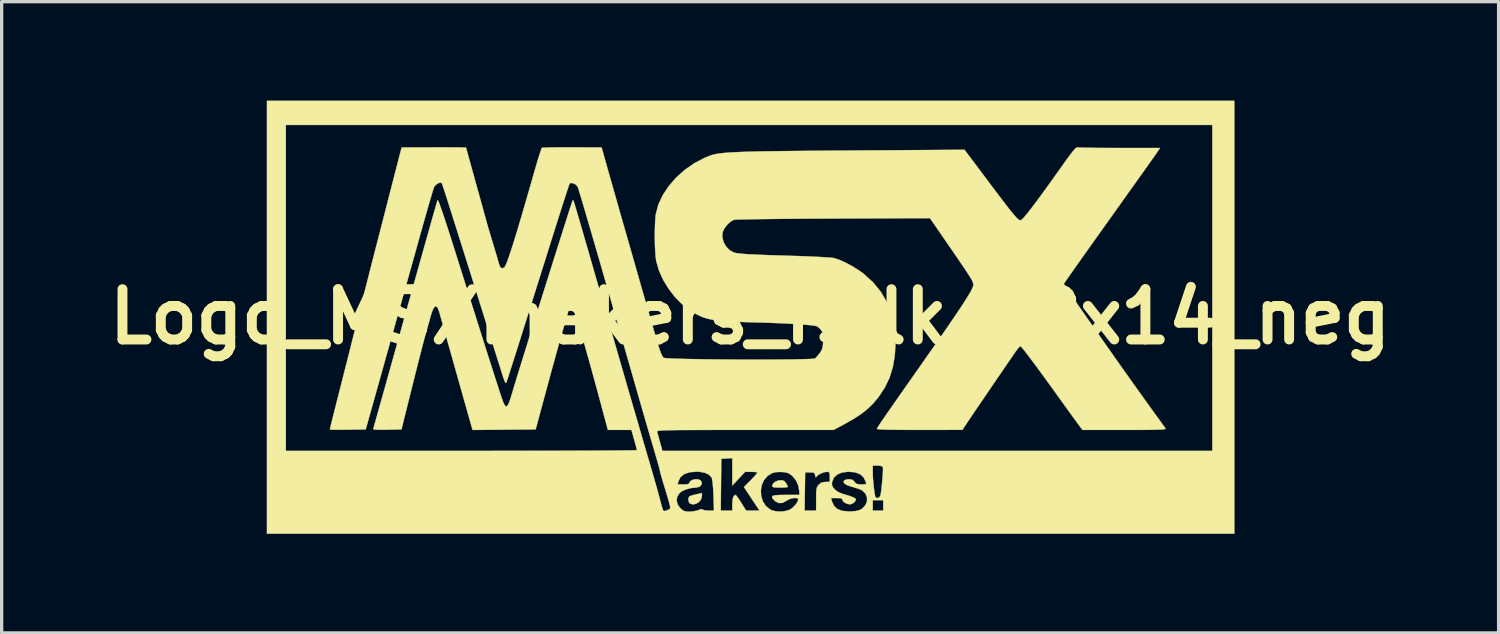
<source format=kicad_pcb>
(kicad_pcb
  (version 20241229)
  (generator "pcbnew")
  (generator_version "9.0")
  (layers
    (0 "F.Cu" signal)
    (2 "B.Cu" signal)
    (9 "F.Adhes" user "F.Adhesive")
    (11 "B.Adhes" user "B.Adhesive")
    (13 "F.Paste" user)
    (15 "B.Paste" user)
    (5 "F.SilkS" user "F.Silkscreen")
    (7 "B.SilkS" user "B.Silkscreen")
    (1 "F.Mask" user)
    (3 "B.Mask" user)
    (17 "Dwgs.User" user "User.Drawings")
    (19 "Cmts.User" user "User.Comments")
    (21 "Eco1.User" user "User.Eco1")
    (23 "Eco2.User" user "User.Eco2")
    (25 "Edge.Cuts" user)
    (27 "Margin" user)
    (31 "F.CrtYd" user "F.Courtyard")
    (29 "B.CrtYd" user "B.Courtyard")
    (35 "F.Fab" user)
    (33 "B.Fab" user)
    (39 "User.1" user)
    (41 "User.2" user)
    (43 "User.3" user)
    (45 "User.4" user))
  (footprint "Logo_MSXmakers_fsilk_29x14_neg"
    (layer "F.Cu")
    (at 19.674 6.545)
    (property "Reference" "Logo_MSXmakers_fsilk_29x14_neg" (at 0 0 0) (layer "F.SilkS") (effects (font (size 1.524 1.524) (thickness 0.3))))
    (attr through_hole)
    (fp_poly (pts (xy -1.46 5.434) (xy -1.485 5.531) (xy -1.549 5.611) (xy -1.636 5.666) (xy -1.729 5.686) (xy -1.813 5.663) (xy -1.835 5.645) (xy -1.867 5.582) (xy -1.87 5.505) (xy -1.843 5.447) (xy -1.836 5.441) (xy -1.785 5.421) (xy -1.696 5.395) (xy -1.629 5.379) (xy -1.46 5.34) (xy -1.46 5.434)) (stroke (width 0.01) (type solid)) (fill yes) (layer "F.SilkS"))
    (fp_poly (pts (xy 1.035 4.977) (xy 1.074 5.021) (xy 1.116 5.088) (xy 1.141 5.146) (xy 1.143 5.157) (xy 1.114 5.166) (xy 1.037 5.172) (xy 0.927 5.175) (xy 0.905 5.175) (xy 0.779 5.173) (xy 0.706 5.164) (xy 0.672 5.146) (xy 0.667 5.128) (xy 0.695 5.055) (xy 0.767 4.996) (xy 0.862 4.959) (xy 0.961 4.952) (xy 1.035 4.977)) (stroke (width 0.01) (type solid)) (fill yes) (layer "F.SilkS"))
    (fp_poly (pts (xy 14.668 6.572) (xy -14.637 6.572) (xy -14.637 -5.81) (xy -14.065 -5.81) (xy -14.065 4.064) (xy -8.747 4.064) (xy -8.171 4.064) (xy -7.613 4.063) (xy -7.075 4.063) (xy -6.561 4.062) (xy -6.074 4.061) (xy -5.618 4.06) (xy -5.196 4.058) (xy -4.811 4.057) (xy -4.466 4.055) (xy -4.165 4.053) (xy -3.911 4.051) (xy -3.707 4.049) (xy -3.556 4.046) (xy -3.463 4.044) (xy -3.429 4.042) (xy -3.429 4.041) (xy -3.437 4.003) (xy -3.459 3.918) (xy -3.491 3.801) (xy -3.513 3.724) (xy -3.596 3.429) (xy -4.309 3.429) (xy -4.571 2.453) (xy -4.659 2.128) (xy -4.752 1.789) (xy -4.847 1.445) (xy -4.942 1.107) (xy -5.033 0.784) (xy -5.118 0.486) (xy -5.194 0.223) (xy -5.259 0.005) (xy -5.294 -0.111) (xy -5.333 -0.222) (xy -5.369 -0.282) (xy -5.408 -0.301) (xy -5.413 -0.302) (xy -5.468 -0.274) (xy -5.497 -0.206) (xy -5.514 -0.142) (xy -5.545 -0.031) (xy -5.587 0.113) (xy -5.635 0.277) (xy -5.652 0.333) (xy -5.69 0.463) (xy -5.742 0.644) (xy -5.804 0.867) (xy -5.876 1.124) (xy -5.953 1.405) (xy -6.034 1.699) (xy -6.115 1.999) (xy -6.141 2.095) (xy -6.497 3.413) (xy -8.409 3.43) (xy -8.456 3.263) (xy -8.478 3.185) (xy -8.515 3.055) (xy -8.564 2.881) (xy -8.624 2.669) (xy -8.692 2.428) (xy -8.767 2.163) (xy -8.846 1.884) (xy -8.927 1.596) (xy -9.008 1.307) (xy -9.088 1.025) (xy -9.164 0.757) (xy -9.233 0.509) (xy -9.295 0.29) (xy -9.347 0.106) (xy -9.387 -0.035) (xy -9.412 -0.126) (xy -9.419 -0.151) (xy -9.462 -0.265) (xy -9.508 -0.315) (xy -9.557 -0.304) (xy -9.606 -0.23) (xy -9.656 -0.095) (xy -9.665 -0.062) (xy -9.694 0.042) (xy -9.734 0.185) (xy -9.78 0.347) (xy -9.813 0.46) (xy -9.843 0.568) (xy -9.886 0.729) (xy -9.939 0.934) (xy -10.001 1.174) (xy -10.069 1.441) (xy -10.141 1.724) (xy -10.214 2.017) (xy -10.238 2.111) (xy -10.562 3.413) (xy -10.995 3.422) (xy -11.174 3.424) (xy -11.298 3.423) (xy -11.374 3.417) (xy -11.41 3.405) (xy -11.415 3.39) (xy -11.404 3.355) (xy -11.378 3.262) (xy -11.337 3.116) (xy -11.282 2.921) (xy -11.215 2.68) (xy -11.135 2.398) (xy -11.046 2.079) (xy -10.947 1.725) (xy -10.84 1.342) (xy -10.726 0.934) (xy -10.605 0.503) (xy -10.48 0.055) (xy -10.447 -0.064) (xy -10.32 -0.516) (xy -10.198 -0.952) (xy -10.082 -1.368) (xy -9.972 -1.759) (xy -9.87 -2.122) (xy -9.777 -2.452) (xy -9.694 -2.746) (xy -9.623 -2.999) (xy -9.563 -3.208) (xy -9.517 -3.369) (xy -9.486 -3.478) (xy -9.47 -3.53) (xy -9.469 -3.534) (xy -9.455 -3.522) (xy -9.426 -3.458) (xy -9.382 -3.339) (xy -9.321 -3.164) (xy -9.244 -2.934) (xy -9.15 -2.646) (xy -9.039 -2.299) (xy -8.91 -1.893) (xy -8.892 -1.835) (xy -8.72 -1.289) (xy -8.555 -0.765) (xy -8.397 -0.267) (xy -8.249 0.202) (xy -8.111 0.638) (xy -7.984 1.038) (xy -7.869 1.397) (xy -7.769 1.712) (xy -7.682 1.981) (xy -7.612 2.198) (xy -7.559 2.361) (xy -7.531 2.445) (xy -7.48 2.586) (xy -7.437 2.678) (xy -7.398 2.718) (xy -7.359 2.705) (xy -7.318 2.637) (xy -7.27 2.511) (xy -7.213 2.326) (xy -7.192 2.254) (xy -7.166 2.165) (xy -7.123 2.025) (xy -7.067 1.84) (xy -6.997 1.614) (xy -6.916 1.354) (xy -6.826 1.064) (xy -6.728 0.749) (xy -6.623 0.414) (xy -6.513 0.065) (xy -6.401 -0.295) (xy -6.287 -0.658) (xy -6.173 -1.021) (xy -6.06 -1.379) (xy -5.951 -1.725) (xy -5.846 -2.056) (xy -5.748 -2.366) (xy -5.659 -2.65) (xy -5.578 -2.902) (xy -5.509 -3.119) (xy -5.453 -3.294) (xy -5.411 -3.423) (xy -5.385 -3.5) (xy -5.377 -3.522) (xy -5.353 -3.522) (xy -5.342 -3.489) (xy -5.315 -3.402) (xy -5.274 -3.264) (xy -5.22 -3.082) (xy -5.156 -2.861) (xy -5.081 -2.606) (xy -5 -2.323) (xy -4.911 -2.018) (xy -4.847 -1.794) (xy -4.615 -0.988) (xy -4.399 -0.24) (xy -4.2 0.452) (xy -4.016 1.09) (xy -3.846 1.678) (xy -3.69 2.217) (xy -3.547 2.71) (xy -3.416 3.159) (xy -3.297 3.568) (xy -3.189 3.939) (xy -3.091 4.274) (xy -3.077 4.318) (xy -3.01 4.549) (xy -2.944 4.777) (xy -2.883 4.989) (xy -2.83 5.173) (xy -2.79 5.317) (xy -2.773 5.382) (xy -2.722 5.572) (xy -2.686 5.71) (xy -2.659 5.803) (xy -2.637 5.858) (xy -2.616 5.884) (xy -2.593 5.888) (xy -2.563 5.879) (xy -2.521 5.865) (xy -2.521 5.865) (xy -2.448 5.837) (xy -2.421 5.801) (xy -2.426 5.738) (xy -2.427 5.732) (xy -2.442 5.667) (xy -2.467 5.578) (xy -2.227 5.578) (xy -2.185 5.706) (xy -2.115 5.798) (xy -2.039 5.864) (xy -1.969 5.896) (xy -1.873 5.905) (xy -1.844 5.905) (xy -1.721 5.895) (xy -1.602 5.87) (xy -1.563 5.856) (xy -1.476 5.829) (xy -1.436 5.837) (xy -1.435 5.841) (xy -1.399 5.859) (xy -1.321 5.871) (xy -1.259 5.874) (xy -1.095 5.874) (xy -1.095 5.874) (xy -0.89 5.874) (xy -0.54 5.874) (xy -0.54 5.674) (xy -0.529 5.524) (xy -0.497 5.432) (xy -0.445 5.398) (xy -0.44 5.397) (xy -0.414 5.423) (xy -0.365 5.49) (xy -0.3 5.587) (xy -0.269 5.636) (xy -0.12 5.874) (xy 0.285 5.874) (xy 0.049 5.517) (xy -0.12 5.261) (xy 0.325 5.261) (xy 0.335 5.431) (xy 0.385 5.591) (xy 0.474 5.73) (xy 0.604 5.837) (xy 0.651 5.861) (xy 0.791 5.897) (xy 0.955 5.902) (xy 1.115 5.877) (xy 1.122 5.874) (xy 1.65 5.874) (xy 2 5.874) (xy 2 5.526) (xy 2 5.493) (xy 2.449 5.493) (xy 2.478 5.592) (xy 2.54 5.728) (xy 2.64 5.823) (xy 2.782 5.879) (xy 2.972 5.899) (xy 3.048 5.898) (xy 3.189 5.888) (xy 3.287 5.869) (xy 3.363 5.834) (xy 3.389 5.817) (xy 3.491 5.712) (xy 3.541 5.59) (xy 3.54 5.556) (xy 3.715 5.556) (xy 3.715 5.874) (xy 4.032 5.874) (xy 4.032 5.556) (xy 3.715 5.556) (xy 3.54 5.556) (xy 3.54 5.465) (xy 3.49 5.351) (xy 3.393 5.26) (xy 3.321 5.225) (xy 3.207 5.187) (xy 3.076 5.148) (xy 3.036 5.137) (xy 2.915 5.092) (xy 2.847 5.04) (xy 2.83 4.989) (xy 2.867 4.947) (xy 2.959 4.924) (xy 3.008 4.922) (xy 3.101 4.941) (xy 3.162 5.001) (xy 3.205 5.05) (xy 3.264 5.074) (xy 3.36 5.08) (xy 3.371 5.08) (xy 3.464 5.078) (xy 3.507 5.067) (xy 3.515 5.039) (xy 3.507 5.009) (xy 3.439 4.867) (xy 3.33 4.769) (xy 3.176 4.712) (xy 2.98 4.695) (xy 2.788 4.717) (xy 2.639 4.779) (xy 2.535 4.877) (xy 2.483 5.009) (xy 2.477 5.081) (xy 2.505 5.163) (xy 2.578 5.246) (xy 2.682 5.318) (xy 2.797 5.364) (xy 2.954 5.409) (xy 3.082 5.454) (xy 3.169 5.495) (xy 3.206 5.529) (xy 3.207 5.533) (xy 3.179 5.597) (xy 3.114 5.654) (xy 3.033 5.682) (xy 3.018 5.683) (xy 2.929 5.665) (xy 2.849 5.621) (xy 2.8 5.564) (xy 2.794 5.539) (xy 2.776 5.51) (xy 2.716 5.496) (xy 2.622 5.493) (xy 2.449 5.493) (xy 2 5.493) (xy 2.001 5.37) (xy 2.006 5.264) (xy 2.018 5.193) (xy 2.037 5.143) (xy 2.068 5.1) (xy 2.073 5.094) (xy 2.146 5.032) (xy 2.239 5.008) (xy 2.28 5.005) (xy 2.413 5.002) (xy 2.413 4.85) (xy 2.411 4.759) (xy 2.397 4.715) (xy 2.36 4.7) (xy 2.314 4.699) (xy 2.229 4.714) (xy 2.134 4.752) (xy 2.052 4.801) (xy 2.002 4.851) (xy 1.996 4.868) (xy 1.989 4.868) (xy 1.974 4.819) (xy 1.972 4.81) (xy 1.954 4.751) (xy 1.92 4.723) (xy 1.851 4.715) (xy 1.809 4.715) (xy 1.667 4.715) (xy 1.658 5.294) (xy 1.65 5.874) (xy 1.122 5.874) (xy 1.205 5.843) (xy 1.293 5.781) (xy 1.376 5.695) (xy 1.437 5.604) (xy 1.46 5.529) (xy 1.434 5.498) (xy 1.368 5.489) (xy 1.279 5.499) (xy 1.188 5.526) (xy 1.111 5.567) (xy 1.105 5.572) (xy 0.988 5.638) (xy 0.871 5.645) (xy 0.764 5.591) (xy 0.745 5.574) (xy 0.685 5.509) (xy 0.661 5.462) (xy 0.677 5.43) (xy 0.738 5.411) (xy 0.851 5.401) (xy 1.02 5.398) (xy 1.079 5.397) (xy 1.492 5.397) (xy 1.492 5.31) (xy 1.465 5.128) (xy 1.391 4.959) (xy 1.279 4.821) (xy 1.173 4.745) (xy 1.067 4.713) (xy 0.929 4.701) (xy 0.788 4.707) (xy 0.677 4.733) (xy 0.531 4.819) (xy 0.423 4.943) (xy 0.355 5.095) (xy 0.325 5.261) (xy -0.12 5.261) (xy -0.187 5.159) (xy 0.018 4.952) (xy 0.107 4.859) (xy 0.177 4.782) (xy 0.217 4.733) (xy 0.222 4.722) (xy 0.193 4.71) (xy 0.119 4.701) (xy 0.035 4.699) (xy -0.151 4.699) (xy -0.346 4.907) (xy -0.54 5.114) (xy -0.54 4.508) (xy 3.715 4.508) (xy 3.715 4.728) (xy 3.718 4.846) (xy 3.728 4.987) (xy 3.743 5.134) (xy 3.759 5.272) (xy 3.777 5.385) (xy 3.793 5.456) (xy 3.799 5.468) (xy 3.845 5.495) (xy 3.902 5.48) (xy 3.943 5.433) (xy 3.947 5.421) (xy 3.962 5.339) (xy 3.978 5.218) (xy 3.993 5.076) (xy 4.007 4.926) (xy 4.018 4.784) (xy 4.024 4.665) (xy 4.025 4.584) (xy 4.022 4.559) (xy 3.984 4.524) (xy 3.899 4.509) (xy 3.859 4.508) (xy 3.715 4.508) (xy -0.54 4.508) (xy -0.54 4.283) (xy -0.706 4.293) (xy -0.873 4.302) (xy -0.882 5.088) (xy -0.89 5.874) (xy -1.095 5.874) (xy -1.111 5.405) (xy -1.122 5.184) (xy -1.137 5.016) (xy -1.155 4.905) (xy -1.17 4.863) (xy -1.248 4.784) (xy -1.376 4.726) (xy -1.539 4.696) (xy -1.624 4.693) (xy -1.836 4.712) (xy -2 4.769) (xy -2.114 4.863) (xy -2.176 4.993) (xy -2.198 5.08) (xy -2.02 5.08) (xy -1.912 5.076) (xy -1.857 5.061) (xy -1.841 5.033) (xy -1.814 4.98) (xy -1.744 4.942) (xy -1.655 4.922) (xy -1.566 4.927) (xy -1.499 4.959) (xy -1.499 4.959) (xy -1.462 5.029) (xy -1.478 5.098) (xy -1.539 5.151) (xy -1.633 5.175) (xy -1.647 5.175) (xy -1.792 5.19) (xy -1.94 5.23) (xy -2.067 5.286) (xy -2.134 5.336) (xy -2.21 5.451) (xy -2.227 5.578) (xy -2.467 5.578) (xy -2.473 5.556) (xy -2.516 5.411) (xy -2.566 5.246) (xy -2.588 5.175) (xy -2.638 5.012) (xy -2.68 4.869) (xy -2.711 4.758) (xy -2.728 4.69) (xy -2.731 4.676) (xy -2.739 4.634) (xy -2.763 4.542) (xy -2.8 4.409) (xy -2.847 4.245) (xy -2.901 4.06) (xy -2.907 4.04) (xy -2.959 3.865) (xy -3.025 3.641) (xy -3.101 3.38) (xy -3.184 3.094) (xy -3.27 2.797) (xy -3.355 2.499) (xy -3.412 2.302) (xy -3.644 1.492) (xy -3.86 0.742) (xy -4.058 0.052) (xy -4.24 -0.58) (xy -4.406 -1.155) (xy -4.555 -1.673) (xy -4.689 -2.135) (xy -4.808 -2.543) (xy -4.911 -2.896) (xy -4.999 -3.197) (xy -5.072 -3.445) (xy -5.131 -3.643) (xy -5.176 -3.79) (xy -5.206 -3.887) (xy -5.224 -3.936) (xy -5.226 -3.941) (xy -5.277 -3.999) (xy -5.352 -4.04) (xy -5.425 -4.053) (xy -5.466 -4.038) (xy -5.48 -4.004) (xy -5.51 -3.916) (xy -5.556 -3.778) (xy -5.615 -3.596) (xy -5.686 -3.375) (xy -5.767 -3.122) (xy -5.856 -2.841) (xy -5.952 -2.538) (xy -6.016 -2.334) (xy -6.205 -1.733) (xy -6.376 -1.189) (xy -6.53 -0.701) (xy -6.667 -0.264) (xy -6.789 0.123) (xy -6.897 0.465) (xy -6.991 0.763) (xy -7.072 1.02) (xy -7.142 1.24) (xy -7.201 1.426) (xy -7.25 1.579) (xy -7.29 1.704) (xy -7.322 1.803) (xy -7.347 1.878) (xy -7.366 1.933) (xy -7.379 1.971) (xy -7.389 1.995) (xy -7.394 2.006) (xy -7.396 2.008) (xy -7.415 1.993) (xy -7.445 1.929) (xy -7.48 1.831) (xy -7.485 1.818) (xy -7.506 1.75) (xy -7.544 1.628) (xy -7.598 1.457) (xy -7.666 1.242) (xy -7.745 0.99) (xy -7.834 0.706) (xy -7.932 0.396) (xy -8.036 0.066) (xy -8.144 -0.279) (xy -8.176 -0.381) (xy -8.352 -0.939) (xy -8.509 -1.44) (xy -8.65 -1.886) (xy -8.774 -2.28) (xy -8.883 -2.625) (xy -8.978 -2.925) (xy -9.059 -3.182) (xy -9.128 -3.399) (xy -9.185 -3.579) (xy -9.232 -3.725) (xy -9.269 -3.839) (xy -9.298 -3.926) (xy -9.319 -3.988) (xy -9.333 -4.028) (xy -9.341 -4.048) (xy -9.344 -4.052) (xy -9.394 -4.063) (xy -9.464 -4.037) (xy -9.532 -3.985) (xy -9.575 -3.925) (xy -9.593 -3.874) (xy -9.626 -3.768) (xy -9.671 -3.616) (xy -9.728 -3.422) (xy -9.793 -3.195) (xy -9.865 -2.941) (xy -9.943 -2.668) (xy -9.987 -2.508) (xy -10.079 -2.178) (xy -10.184 -1.801) (xy -10.298 -1.396) (xy -10.415 -0.976) (xy -10.532 -0.559) (xy -10.644 -0.158) (xy -10.747 0.208) (xy -10.764 0.27) (xy -10.857 0.602) (xy -10.954 0.947) (xy -11.051 1.294) (xy -11.145 1.631) (xy -11.234 1.948) (xy -11.314 2.232) (xy -11.381 2.472) (xy -11.409 2.572) (xy -11.645 3.413) (xy -12.188 3.422) (xy -12.366 3.424) (xy -12.519 3.424) (xy -12.638 3.422) (xy -12.712 3.418) (xy -12.732 3.414) (xy -12.724 3.381) (xy -12.703 3.293) (xy -12.67 3.16) (xy -12.627 2.99) (xy -12.577 2.789) (xy -12.52 2.567) (xy -12.512 2.533) (xy -12.46 2.329) (xy -12.395 2.073) (xy -12.32 1.776) (xy -12.236 1.447) (xy -12.147 1.096) (xy -12.056 0.733) (xy -11.964 0.368) (xy -11.873 0.011) (xy -11.859 -0.048) (xy -11.776 -0.375) (xy -11.696 -0.689) (xy -11.621 -0.985) (xy -11.553 -1.255) (xy -11.492 -1.494) (xy -11.441 -1.694) (xy -11.402 -1.849) (xy -11.375 -1.952) (xy -11.367 -1.984) (xy -11.345 -2.069) (xy -11.309 -2.205) (xy -11.263 -2.385) (xy -11.208 -2.599) (xy -11.146 -2.839) (xy -11.081 -3.094) (xy -11.035 -3.27) (xy -10.966 -3.542) (xy -10.896 -3.812) (xy -10.83 -4.071) (xy -10.769 -4.307) (xy -10.717 -4.51) (xy -10.676 -4.668) (xy -10.66 -4.731) (xy -10.557 -5.128) (xy -9.581 -5.131) (xy -9.339 -5.131) (xy -9.119 -5.131) (xy -8.928 -5.13) (xy -8.775 -5.128) (xy -8.667 -5.126) (xy -8.61 -5.123) (xy -8.604 -5.122) (xy -8.596 -5.089) (xy -8.573 -5.003) (xy -8.536 -4.869) (xy -8.489 -4.696) (xy -8.432 -4.491) (xy -8.368 -4.259) (xy -8.316 -4.071) (xy -8.245 -3.817) (xy -8.178 -3.576) (xy -8.117 -3.356) (xy -8.065 -3.167) (xy -8.023 -3.016) (xy -7.995 -2.912) (xy -7.984 -2.873) (xy -7.961 -2.79) (xy -7.923 -2.66) (xy -7.874 -2.496) (xy -7.819 -2.314) (xy -7.777 -2.175) (xy -7.723 -1.995) (xy -7.674 -1.832) (xy -7.635 -1.697) (xy -7.607 -1.601) (xy -7.597 -1.561) (xy -7.559 -1.489) (xy -7.501 -1.467) (xy -7.442 -1.497) (xy -7.411 -1.55) (xy -7.365 -1.657) (xy -7.306 -1.821) (xy -7.232 -2.042) (xy -7.144 -2.319) (xy -7.041 -2.656) (xy -6.924 -3.051) (xy -6.791 -3.506) (xy -6.643 -4.021) (xy -6.554 -4.334) (xy -6.493 -4.544) (xy -6.437 -4.733) (xy -6.387 -4.894) (xy -6.347 -5.017) (xy -6.32 -5.094) (xy -6.308 -5.116) (xy -6.27 -5.121) (xy -6.176 -5.125) (xy -6.036 -5.129) (xy -5.858 -5.131) (xy -5.65 -5.132) (xy -5.42 -5.132) (xy -5.389 -5.132) (xy -4.499 -5.128) (xy -4.343 -4.572) (xy -4.29 -4.384) (xy -4.224 -4.152) (xy -4.147 -3.881) (xy -4.061 -3.578) (xy -3.967 -3.248) (xy -3.867 -2.897) (xy -3.762 -2.532) (xy -3.655 -2.158) (xy -3.547 -1.781) (xy -3.44 -1.407) (xy -3.336 -1.043) (xy -3.236 -0.694) (xy -3.142 -0.366) (xy -3.055 -0.066) (xy -2.978 0.201) (xy -2.912 0.429) (xy -2.859 0.612) (xy -2.821 0.743) (xy -2.805 0.798) (xy -2.742 0.995) (xy -2.69 1.133) (xy -2.646 1.216) (xy -2.62 1.243) (xy -2.576 1.252) (xy -2.475 1.26) (xy -2.323 1.267) (xy -2.127 1.274) (xy -1.892 1.28) (xy -1.626 1.285) (xy -1.333 1.29) (xy -1.022 1.293) (xy -0.696 1.296) (xy -0.364 1.298) (xy -0.032 1.299) (xy 0.295 1.299) (xy 0.611 1.298) (xy 0.908 1.297) (xy 1.181 1.294) (xy 1.424 1.29) (xy 1.63 1.285) (xy 1.793 1.28) (xy 1.906 1.273) (xy 1.964 1.265) (xy 1.97 1.262) (xy 2.018 1.213) (xy 2.083 1.136) (xy 2.11 1.102) (xy 2.161 1.023) (xy 2.191 0.941) (xy 2.208 0.832) (xy 2.213 0.753) (xy 2.217 0.621) (xy 2.209 0.531) (xy 2.185 0.461) (xy 2.161 0.42) (xy 2.098 0.343) (xy 2.029 0.291) (xy 2.019 0.287) (xy 1.95 0.272) (xy 1.825 0.256) (xy 1.649 0.24) (xy 1.431 0.225) (xy 1.178 0.21) (xy 0.895 0.196) (xy 0.591 0.184) (xy 0.271 0.174) (xy 0.238 0.174) (xy -0.122 0.163) (xy -0.426 0.152) (xy -0.681 0.139) (xy -0.894 0.122) (xy -1.073 0.101) (xy -1.224 0.074) (xy -1.355 0.04) (xy -1.473 -0.003) (xy -1.586 -0.055) (xy -1.7 -0.117) (xy -1.796 -0.175) (xy -2.036 -0.354) (xy -2.261 -0.579) (xy -2.462 -0.836) (xy -2.632 -1.113) (xy -2.761 -1.398) (xy -2.842 -1.679) (xy -2.859 -1.789) (xy -2.874 -1.968) (xy -2.884 -2.18) (xy -2.888 -2.41) (xy -2.886 -2.638) (xy -2.879 -2.85) (xy -2.867 -3.026) (xy -2.856 -3.111) (xy -2.78 -3.398) (xy -2.647 -3.683) (xy -2.465 -3.957) (xy -2.24 -4.216) (xy -1.978 -4.45) (xy -1.687 -4.652) (xy -1.373 -4.816) (xy -1.219 -4.878) (xy -1.161 -4.898) (xy -1.097 -4.915) (xy -1.024 -4.931) (xy -0.937 -4.945) (xy -0.835 -4.957) (xy -0.712 -4.968) (xy -0.565 -4.978) (xy -0.391 -4.987) (xy -0.187 -4.995) (xy 0.051 -5.002) (xy 0.328 -5.008) (xy 0.645 -5.013) (xy 1.007 -5.018) (xy 1.418 -5.022) (xy 1.88 -5.027) (xy 2.398 -5.031) (xy 2.975 -5.035) (xy 3.164 -5.036) (xy 6.494 -5.058) (xy 7.204 -4.113) (xy 7.414 -3.832) (xy 7.591 -3.599) (xy 7.736 -3.409) (xy 7.854 -3.257) (xy 7.949 -3.14) (xy 8.023 -3.052) (xy 8.08 -2.991) (xy 8.124 -2.952) (xy 8.158 -2.93) (xy 8.185 -2.922) (xy 8.194 -2.921) (xy 8.231 -2.943) (xy 8.298 -3.011) (xy 8.394 -3.126) (xy 8.521 -3.288) (xy 8.68 -3.498) (xy 8.871 -3.759) (xy 9.096 -4.07) (xy 9.354 -4.432) (xy 9.43 -4.539) (xy 9.57 -4.736) (xy 9.68 -4.886) (xy 9.764 -4.995) (xy 9.825 -5.068) (xy 9.87 -5.111) (xy 9.903 -5.128) (xy 9.922 -5.129) (xy 9.967 -5.125) (xy 10.068 -5.122) (xy 10.218 -5.119) (xy 10.41 -5.116) (xy 10.636 -5.114) (xy 10.888 -5.113) (xy 11.16 -5.112) (xy 11.201 -5.112) (xy 12.417 -5.112) (xy 12.315 -4.961) (xy 12.279 -4.911) (xy 12.211 -4.813) (xy 12.111 -4.673) (xy 11.985 -4.494) (xy 11.834 -4.282) (xy 11.662 -4.041) (xy 11.472 -3.775) (xy 11.268 -3.488) (xy 11.053 -3.186) (xy 10.866 -2.924) (xy 10.646 -2.616) (xy 10.437 -2.322) (xy 10.241 -2.047) (xy 10.062 -1.795) (xy 9.903 -1.57) (xy 9.766 -1.376) (xy 9.655 -1.218) (xy 9.572 -1.099) (xy 9.521 -1.024) (xy 9.504 -0.997) (xy 9.52 -0.967) (xy 9.569 -0.89) (xy 9.65 -0.77) (xy 9.757 -0.612) (xy 9.889 -0.42) (xy 10.042 -0.2) (xy 10.213 0.046) (xy 10.398 0.311) (xy 10.595 0.592) (xy 10.8 0.884) (xy 11.01 1.183) (xy 11.222 1.483) (xy 11.434 1.781) (xy 11.64 2.072) (xy 11.84 2.351) (xy 12.028 2.614) (xy 12.203 2.857) (xy 12.36 3.075) (xy 12.445 3.191) (xy 12.51 3.282) (xy 12.562 3.355) (xy 12.585 3.389) (xy 12.579 3.4) (xy 12.545 3.408) (xy 12.478 3.415) (xy 12.374 3.42) (xy 12.227 3.424) (xy 12.032 3.427) (xy 11.786 3.428) (xy 11.483 3.429) (xy 11.338 3.429) (xy 10.067 3.429) (xy 9.944 3.262) (xy 9.892 3.191) (xy 9.81 3.078) (xy 9.703 2.93) (xy 9.579 2.758) (xy 9.443 2.57) (xy 9.319 2.397) (xy 9.096 2.088) (xy 8.892 1.807) (xy 8.709 1.557) (xy 8.549 1.342) (xy 8.416 1.165) (xy 8.311 1.029) (xy 8.236 0.937) (xy 8.195 0.893) (xy 8.189 0.889) (xy 8.158 0.912) (xy 8.107 0.969) (xy 8.089 0.992) (xy 8.056 1.038) (xy 7.992 1.13) (xy 7.902 1.261) (xy 7.79 1.423) (xy 7.662 1.61) (xy 7.521 1.816) (xy 7.373 2.033) (xy 7.223 2.254) (xy 7.074 2.472) (xy 6.932 2.681) (xy 6.801 2.873) (xy 6.687 3.043) (xy 6.593 3.182) (xy 6.561 3.23) (xy 6.429 3.427) (xy 5.136 3.428) (xy 4.796 3.428) (xy 4.504 3.426) (xy 4.261 3.422) (xy 4.071 3.418) (xy 3.936 3.412) (xy 3.859 3.404) (xy 3.842 3.398) (xy 3.846 3.385) (xy 3.86 3.358) (xy 3.886 3.316) (xy 3.927 3.253) (xy 3.985 3.166) (xy 4.063 3.053) (xy 4.162 2.908) (xy 4.287 2.73) (xy 4.438 2.513) (xy 4.619 2.255) (xy 4.832 1.952) (xy 5.054 1.635) (xy 5.355 1.206) (xy 5.621 0.826) (xy 5.854 0.492) (xy 6.055 0.2) (xy 6.226 -0.052) (xy 6.37 -0.266) (xy 6.488 -0.447) (xy 6.582 -0.596) (xy 6.655 -0.716) (xy 6.707 -0.812) (xy 6.741 -0.884) (xy 6.759 -0.937) (xy 6.763 -0.965) (xy 6.761 -0.994) (xy 6.754 -1.027) (xy 6.739 -1.067) (xy 6.712 -1.121) (xy 6.67 -1.192) (xy 6.61 -1.287) (xy 6.53 -1.409) (xy 6.425 -1.565) (xy 6.294 -1.758) (xy 6.132 -1.994) (xy 5.957 -2.248) (xy 5.448 -2.987) (xy 2.525 -2.975) (xy 2.098 -2.973) (xy 1.688 -2.971) (xy 1.299 -2.968) (xy 0.936 -2.965) (xy 0.604 -2.961) (xy 0.308 -2.958) (xy 0.051 -2.954) (xy -0.161 -2.95) (xy -0.325 -2.946) (xy -0.434 -2.942) (xy -0.485 -2.938) (xy -0.487 -2.938) (xy -0.589 -2.884) (xy -0.692 -2.79) (xy -0.78 -2.675) (xy -0.831 -2.567) (xy -0.844 -2.419) (xy -0.807 -2.267) (xy -0.728 -2.126) (xy -0.617 -2.012) (xy -0.484 -1.942) (xy -0.46 -1.936) (xy -0.399 -1.924) (xy -0.317 -1.914) (xy -0.208 -1.904) (xy -0.067 -1.894) (xy 0.111 -1.885) (xy 0.331 -1.875) (xy 0.598 -1.865) (xy 0.917 -1.855) (xy 1.294 -1.843) (xy 1.381 -1.841) (xy 1.636 -1.832) (xy 1.877 -1.822) (xy 2.094 -1.812) (xy 2.279 -1.801) (xy 2.423 -1.791) (xy 2.516 -1.781) (xy 2.54 -1.777) (xy 2.698 -1.726) (xy 2.886 -1.642) (xy 3.087 -1.535) (xy 3.282 -1.413) (xy 3.428 -1.31) (xy 3.726 -1.041) (xy 3.971 -0.739) (xy 4.162 -0.405) (xy 4.299 -0.04) (xy 4.38 0.355) (xy 4.406 0.778) (xy 4.383 1.166) (xy 4.323 1.524) (xy 4.225 1.844) (xy 4.081 2.144) (xy 3.899 2.419) (xy 3.745 2.609) (xy 3.574 2.779) (xy 3.375 2.938) (xy 3.136 3.095) (xy 2.856 3.254) (xy 2.529 3.429) (xy -0.152 3.429) (xy -0.627 3.429) (xy -1.043 3.429) (xy -1.402 3.43) (xy -1.71 3.431) (xy -1.971 3.432) (xy -2.187 3.433) (xy -2.364 3.436) (xy -2.505 3.439) (xy -2.614 3.442) (xy -2.695 3.447) (xy -2.752 3.452) (xy -2.789 3.458) (xy -2.809 3.466) (xy -2.818 3.474) (xy -2.818 3.484) (xy -2.818 3.485) (xy -2.802 3.54) (xy -2.775 3.638) (xy -2.741 3.761) (xy -2.73 3.802) (xy -2.657 4.064) (xy 14.002 4.064) (xy 14.002 -5.81) (xy -14.065 -5.81) (xy -14.637 -5.81) (xy -14.637 -6.54) (xy 14.668 -6.54) (xy 14.668 6.572)) (stroke (width 0.01) (type solid)) (fill yes) (layer "F.SilkS")))
  (gr_rect
    (start -3 -3)
    (end 42.348 16.123)
    (stroke (width 0.1) (type default))
    (fill no)
    (layer "Edge.Cuts")))
</source>
